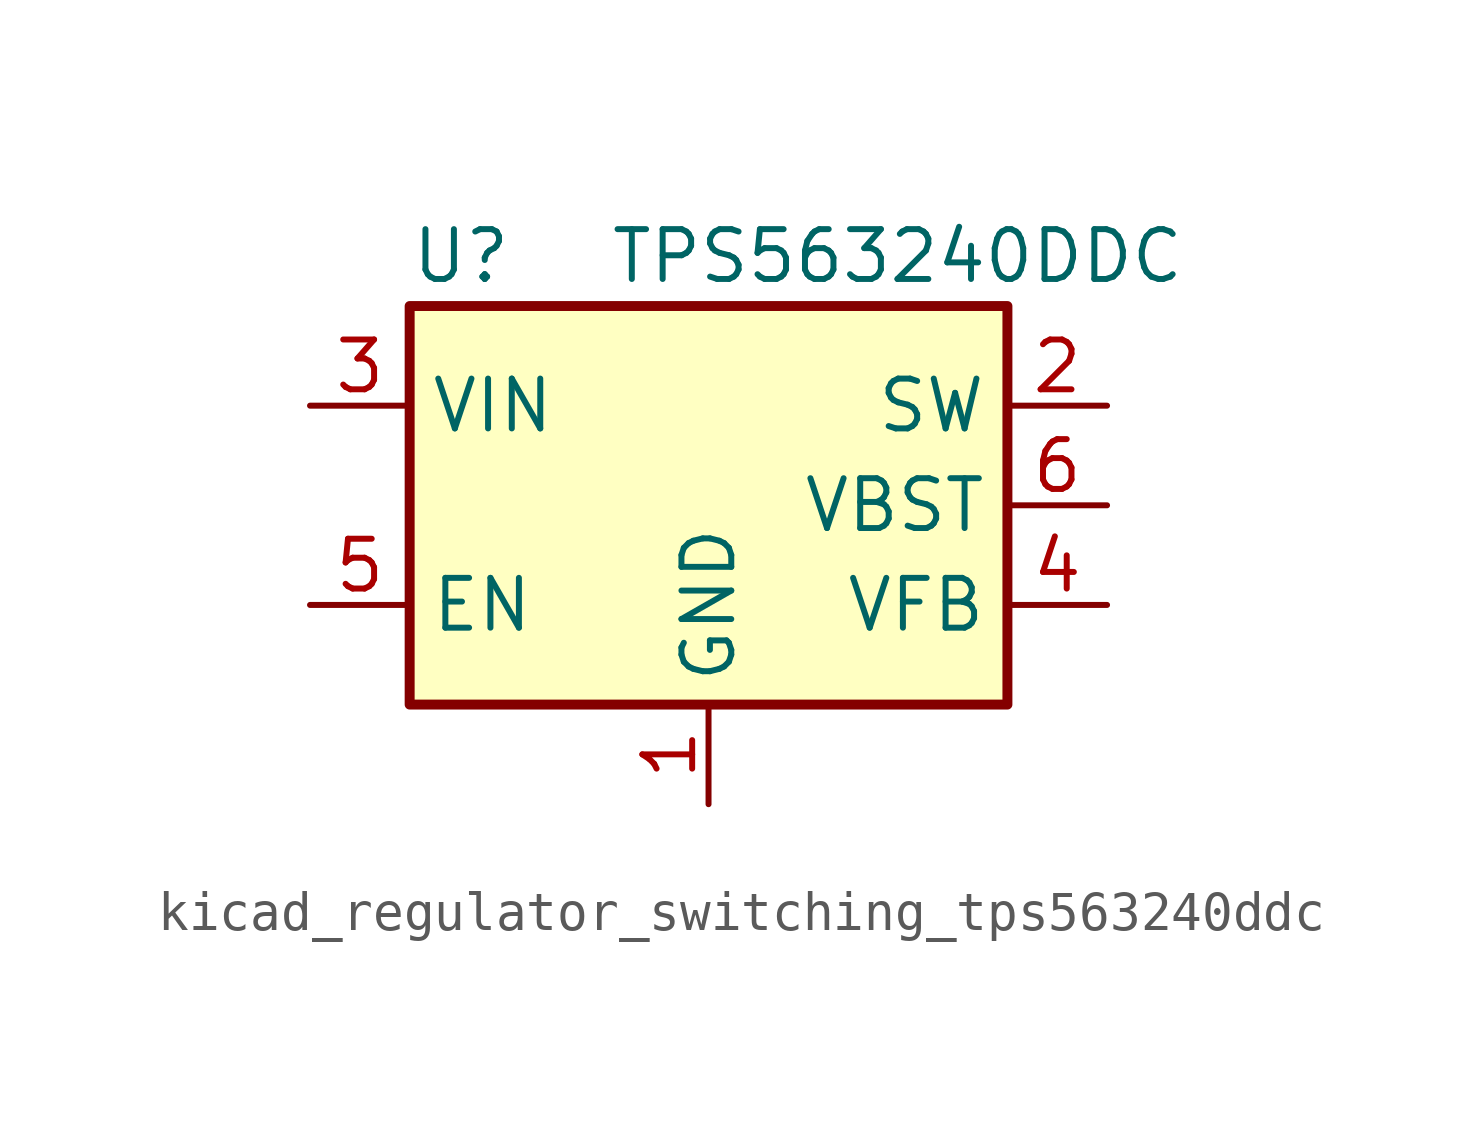
<source format=kicad_sym>
(kicad_symbol_lib
  (version 20220914)
  (generator kicad_symbol_editor)
  (symbol "kicad_regulator_switching_tps563240ddc"
    (property "Reference" "U"
      (at -7.62 6.35 0)
      (effects (font (size 1.27 1.27)) (justify left)))
    (property "Value" "TPS563240DDC"
      (at -2.54 6.35 0)
      (effects (font (size 1.27 1.27)) (justify left)))
    (symbol "kicad_regulator_switching_tps563240ddc_0_1"
      (rectangle (start -7.62 5.08) (end 7.62 -5.08) (stroke (width 0.254) (type default)) (fill (type background))))
    (symbol "kicad_regulator_switching_tps563240ddc_1_1"
      (pin power_in line (at 0 -7.62 90) (length 2.54) (name "GND" (effects (font (size 1.27 1.27)))) (number "1" (effects (font (size 1.27 1.27)))))
      (pin output line (at 10.16 2.54 180) (length 2.54) (name "SW" (effects (font (size 1.27 1.27)))) (number "2" (effects (font (size 1.27 1.27)))))
      (pin power_in line (at -10.16 2.54 0) (length 2.54) (name "VIN" (effects (font (size 1.27 1.27)))) (number "3" (effects (font (size 1.27 1.27)))))
      (pin input line (at 10.16 -2.54 180) (length 2.54) (name "VFB" (effects (font (size 1.27 1.27)))) (number "4" (effects (font (size 1.27 1.27)))))
      (pin input line (at -10.16 -2.54 0) (length 2.54) (name "EN" (effects (font (size 1.27 1.27)))) (number "5" (effects (font (size 1.27 1.27)))))
      (pin passive line (at 10.16 0 180) (length 2.54) (name "VBST" (effects (font (size 1.27 1.27)))) (number "6" (effects (font (size 1.27 1.27))))))))
</source>
